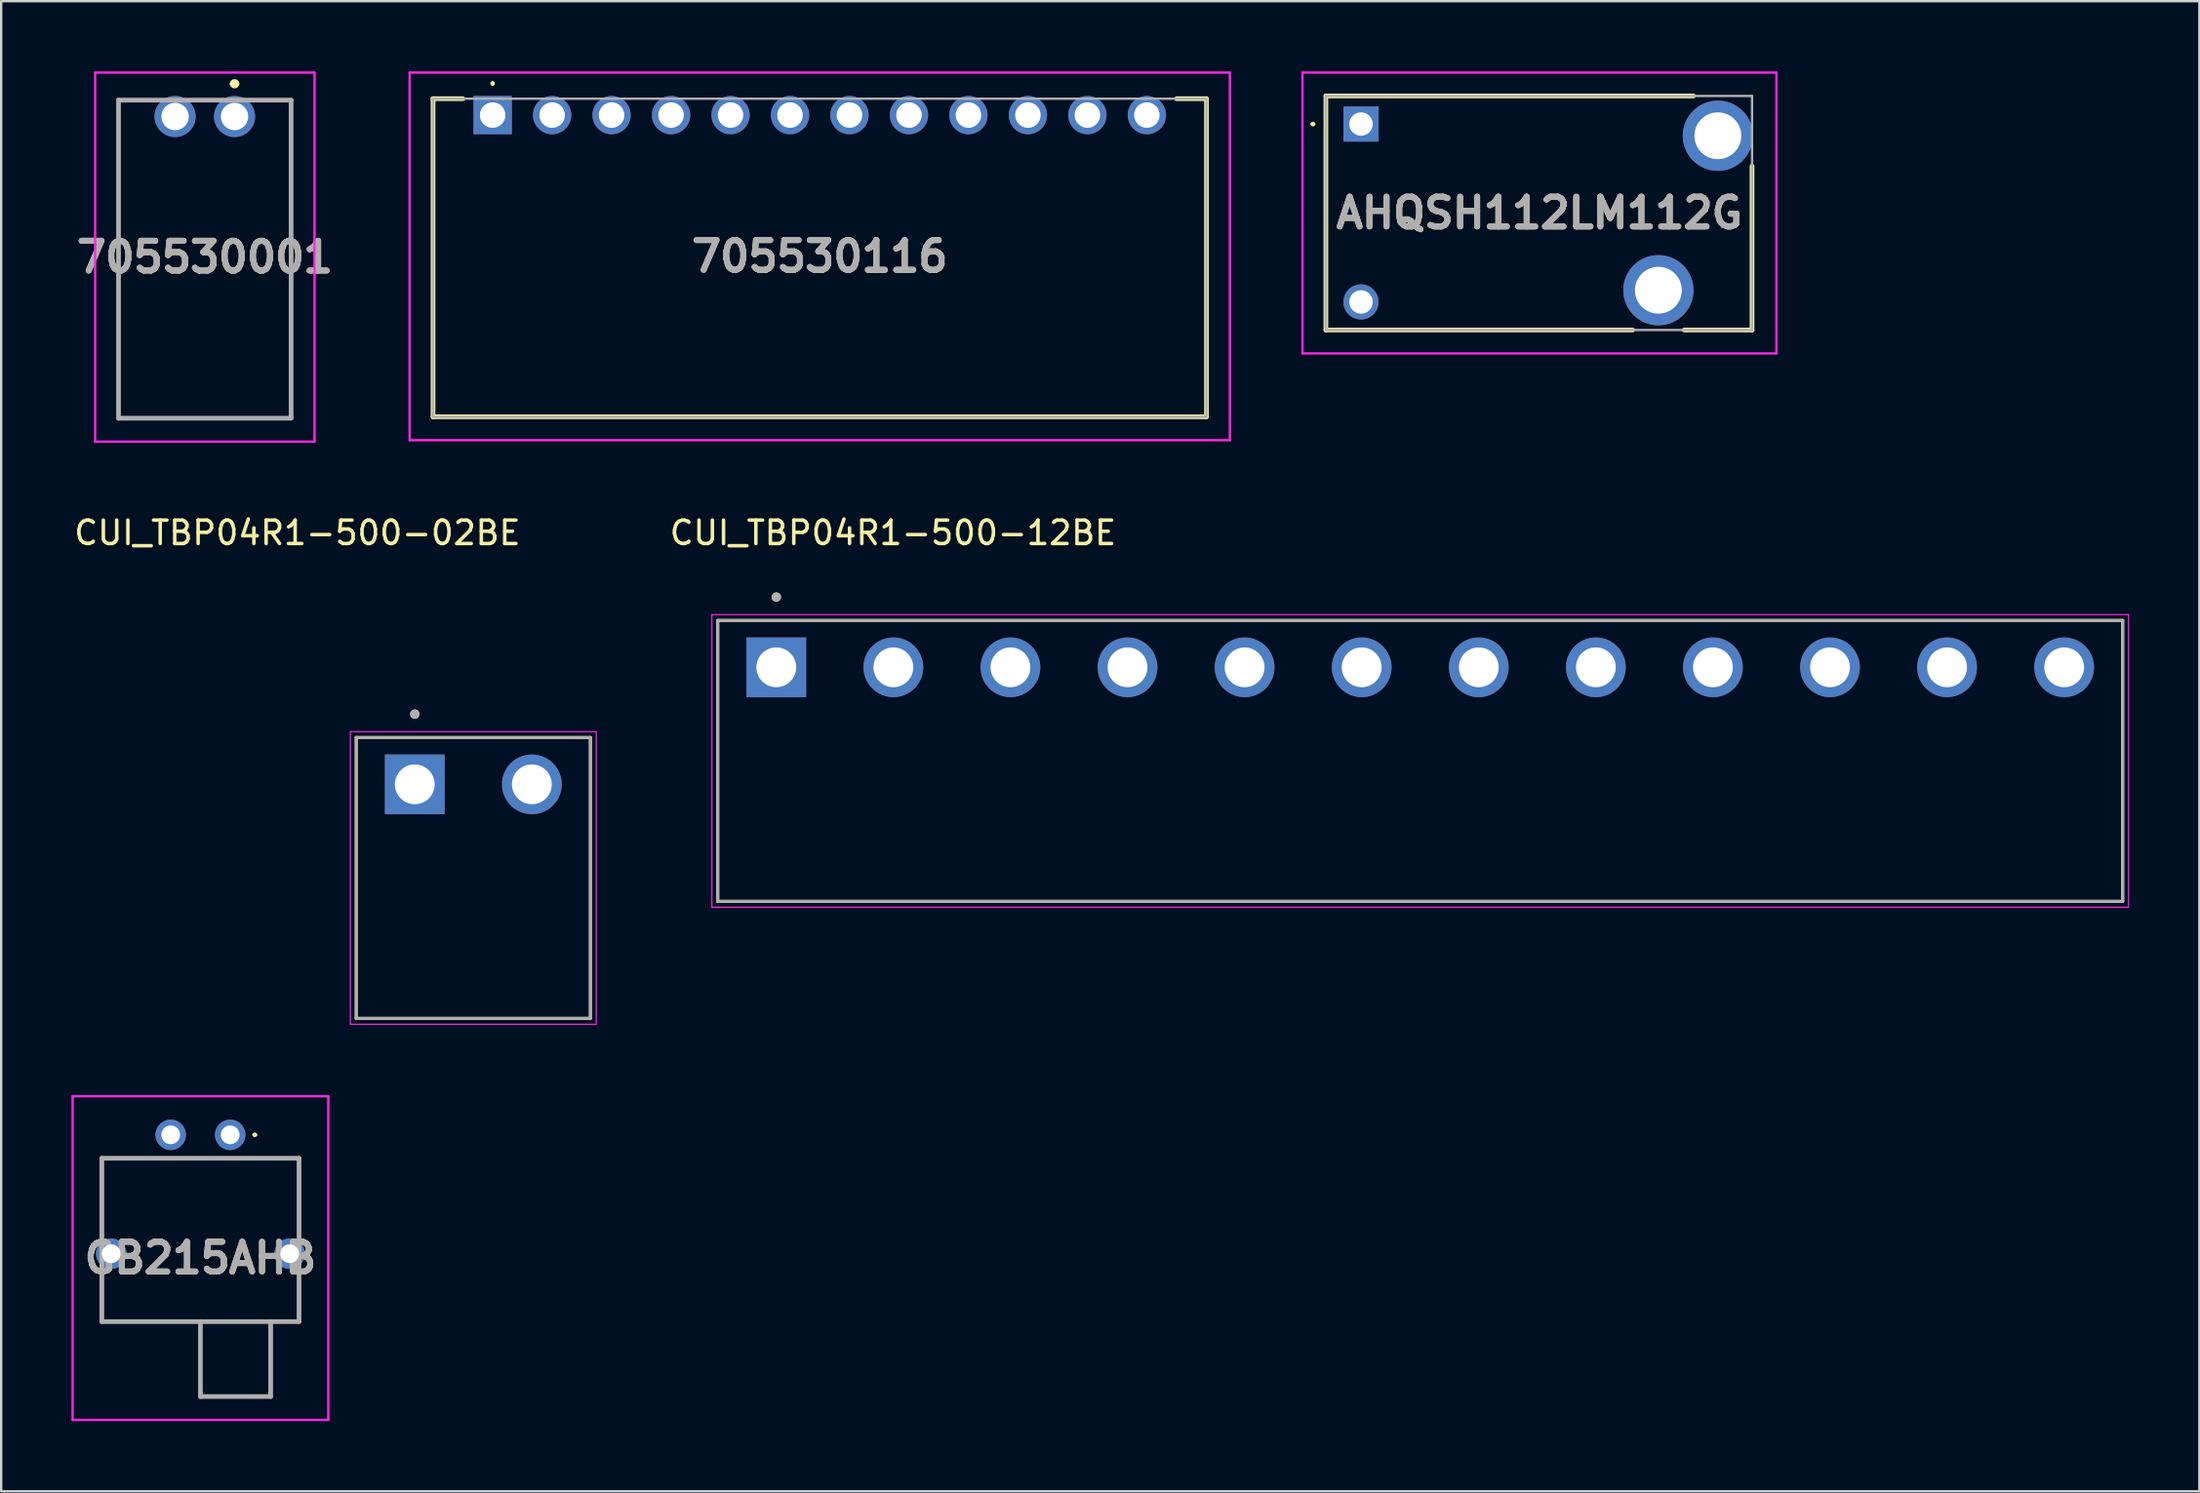
<source format=kicad_pcb>
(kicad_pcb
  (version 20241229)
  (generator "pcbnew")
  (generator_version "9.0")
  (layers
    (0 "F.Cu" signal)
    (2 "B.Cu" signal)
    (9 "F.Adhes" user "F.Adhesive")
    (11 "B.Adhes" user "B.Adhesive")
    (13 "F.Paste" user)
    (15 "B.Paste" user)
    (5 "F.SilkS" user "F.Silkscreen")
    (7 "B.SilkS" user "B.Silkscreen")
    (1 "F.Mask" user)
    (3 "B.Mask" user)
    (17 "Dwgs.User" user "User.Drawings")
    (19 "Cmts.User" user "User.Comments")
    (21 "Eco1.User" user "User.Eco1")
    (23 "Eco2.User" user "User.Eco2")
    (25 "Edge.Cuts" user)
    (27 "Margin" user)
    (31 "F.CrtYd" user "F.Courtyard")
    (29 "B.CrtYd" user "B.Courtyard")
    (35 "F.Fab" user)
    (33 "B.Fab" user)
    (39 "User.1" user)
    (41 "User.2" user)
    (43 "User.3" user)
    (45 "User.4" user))
  (footprint "GB215AHB"
    (layer "F.Cu")
    (at 6.78 45.436)
    (property "Reference" "GB215AHB" (at -1.27 5.265 0) (layer "F.SilkS") (effects (font (size 1.27 1.27) (thickness 0.254))))
    (attr through_hole)
    (fp_line (start -5.48 1) (end 2.94 1) (stroke (width 0.1) (type solid)) (layer "F.SilkS"))
    (fp_line (start -5.48 4.18) (end -5.48 1) (stroke (width 0.1) (type solid)) (layer "F.SilkS"))
    (fp_line (start -5.48 5.98) (end -5.48 7.98) (stroke (width 0.1) (type solid)) (layer "F.SilkS"))
    (fp_line (start -5.48 7.98) (end 2.94 7.98) (stroke (width 0.1) (type solid)) (layer "F.SilkS"))
    (fp_line (start 1 0) (end 1 0) (stroke (width 0.1) (type solid)) (layer "F.SilkS"))
    (fp_line (start 1.1 0) (end 1.1 0) (stroke (width 0.1) (type solid)) (layer "F.SilkS"))
    (fp_line (start 2.94 1) (end 2.94 4.18) (stroke (width 0.1) (type solid)) (layer "F.SilkS"))
    (fp_line (start 2.94 7.98) (end 2.94 5.98) (stroke (width 0.1) (type solid)) (layer "F.SilkS"))
    (fp_arc (start 1 0) (mid 1.05 -0.05) (end 1.1 0) (stroke (width 0.1) (type solid)) (layer "F.SilkS"))
    (fp_arc (start 1.1 0) (mid 1.05 0.05) (end 1 0) (stroke (width 0.1) (type solid)) (layer "F.SilkS"))
    (fp_line (start -6.73 -1.65) (end 4.19 -1.65) (stroke (width 0.1) (type solid)) (layer "F.CrtYd"))
    (fp_line (start -6.73 12.18) (end -6.73 -1.65) (stroke (width 0.1) (type solid)) (layer "F.CrtYd"))
    (fp_line (start 4.19 -1.65) (end 4.19 12.18) (stroke (width 0.1) (type solid)) (layer "F.CrtYd"))
    (fp_line (start 4.19 12.18) (end -6.73 12.18) (stroke (width 0.1) (type solid)) (layer "F.CrtYd"))
    (fp_line (start -5.48 1) (end 2.94 1) (stroke (width 0.2) (type solid)) (layer "F.Fab"))
    (fp_line (start -5.48 7.98) (end -5.48 1) (stroke (width 0.2) (type solid)) (layer "F.Fab"))
    (fp_line (start -1.27 7.98) (end -1.27 11.18) (stroke (width 0.2) (type solid)) (layer "F.Fab"))
    (fp_line (start -1.27 11.18) (end 1.73 11.18) (stroke (width 0.2) (type solid)) (layer "F.Fab"))
    (fp_line (start 1.73 11.18) (end 1.73 7.98) (stroke (width 0.2) (type solid)) (layer "F.Fab"))
    (fp_line (start 2.94 1) (end 2.94 7.98) (stroke (width 0.2) (type solid)) (layer "F.Fab"))
    (fp_line (start 2.94 7.98) (end -5.48 7.98) (stroke (width 0.2) (type solid)) (layer "F.Fab"))
    (fp_text user "${REFERENCE}" (at -1.27 5.265 0) (layer "F.Fab") (effects (font (size 1.27 1.27) (thickness 0.254))))
    (pad "1" thru_hole circle (at 0 0) (size 1.3 1.3) (drill 0.8) (layers "*.Cu" "*.Mask"))
    (pad "2" thru_hole circle (at -2.54 0) (size 1.3 1.3) (drill 0.8) (layers "*.Cu" "*.Mask"))
    (pad "MH1" thru_hole circle (at -5.08 5.08) (size 1.3 1.3) (drill 0.8) (layers "*.Cu" "*.Mask"))
    (pad "MH2" thru_hole circle (at 2.54 5.08) (size 1.3 1.3) (drill 0.8) (layers "*.Cu" "*.Mask")))
  (footprint "AHQSH112LM112G"
    (layer "F.Cu")
    (at 55.074 2.25)
    (property "Reference" "AHQSH112LM112G" (at 7.62 3.8 0) (layer "F.SilkS") (effects (font (size 1.27 1.27) (thickness 0.254))))
    (attr through_hole)
    (fp_line (start -2.1 0) (end -2.1 0) (stroke (width 0.1) (type solid)) (layer "F.SilkS"))
    (fp_line (start -2 0) (end -2 0) (stroke (width 0.1) (type solid)) (layer "F.SilkS"))
    (fp_line (start -1.5 -1.2) (end -1.5 8.8) (stroke (width 0.2) (type solid)) (layer "F.SilkS"))
    (fp_line (start -1.5 8.8) (end 11.6 8.8) (stroke (width 0.2) (type solid)) (layer "F.SilkS"))
    (fp_line (start 13.8 8.8) (end 16.7 8.8) (stroke (width 0.2) (type solid)) (layer "F.SilkS"))
    (fp_line (start 14.2 -1.2) (end -1.5 -1.2) (stroke (width 0.2) (type solid)) (layer "F.SilkS"))
    (fp_line (start 16.7 8.8) (end 16.7 1.8) (stroke (width 0.2) (type solid)) (layer "F.SilkS"))
    (fp_arc (start -2.1 0) (mid -2.05 -0.05) (end -2 0) (stroke (width 0.1) (type solid)) (layer "F.SilkS"))
    (fp_arc (start -2 0) (mid -2.05 0.05) (end -2.1 0) (stroke (width 0.1) (type solid)) (layer "F.SilkS"))
    (fp_line (start -2.5 -2.2) (end 17.74 -2.2) (stroke (width 0.1) (type solid)) (layer "F.CrtYd"))
    (fp_line (start -2.5 9.8) (end -2.5 -2.2) (stroke (width 0.1) (type solid)) (layer "F.CrtYd"))
    (fp_line (start 17.74 -2.2) (end 17.74 9.8) (stroke (width 0.1) (type solid)) (layer "F.CrtYd"))
    (fp_line (start 17.74 9.8) (end -2.5 9.8) (stroke (width 0.1) (type solid)) (layer "F.CrtYd"))
    (fp_line (start -1.5 -1.2) (end 16.7 -1.2) (stroke (width 0.1) (type solid)) (layer "F.Fab"))
    (fp_line (start -1.5 8.8) (end -1.5 -1.2) (stroke (width 0.1) (type solid)) (layer "F.Fab"))
    (fp_line (start 16.7 -1.2) (end 16.7 8.8) (stroke (width 0.1) (type solid)) (layer "F.Fab"))
    (fp_line (start 16.7 8.8) (end -1.5 8.8) (stroke (width 0.1) (type solid)) (layer "F.Fab"))
    (fp_text user "${REFERENCE}" (at 7.62 3.8 0) (layer "F.Fab") (effects (font (size 1.27 1.27) (thickness 0.254))))
    (pad "1" thru_hole rect (at 0 0) (size 1.5 1.5) (drill 1) (layers "*.Cu" "*.Mask"))
    (pad "2" thru_hole circle (at 0 7.6) (size 1.5 1.5) (drill 1) (layers "*.Cu" "*.Mask"))
    (pad "3" thru_hole circle (at 12.7 7.1) (size 3 3) (drill 2) (layers "*.Cu" "*.Mask"))
    (pad "4" thru_hole circle (at 15.24 0.5) (size 3 3) (drill 2) (layers "*.Cu" "*.Mask")))
  (footprint "705530116"
    (layer "F.Cu")
    (at 17.989 1.867)
    (property "Reference" "705530116" (at 13.97 6.036 0) (layer "F.SilkS") (effects (font (size 1.27 1.27) (thickness 0.254))))
    (attr through_hole)
    (fp_line (start -2.545 -0.7) (end -2.545 12.89) (stroke (width 0.2) (type solid)) (layer "F.SilkS"))
    (fp_line (start -2.545 12.89) (end 30.485 12.89) (stroke (width 0.2) (type solid)) (layer "F.SilkS"))
    (fp_line (start -1.27 -0.7) (end -2.545 -0.7) (stroke (width 0.2) (type solid)) (layer "F.SilkS"))
    (fp_line (start 0 -1.4) (end 0 -1.4) (stroke (width 0.1) (type solid)) (layer "F.SilkS"))
    (fp_line (start 0 -1.3) (end 0 -1.3) (stroke (width 0.1) (type solid)) (layer "F.SilkS"))
    (fp_line (start 30.485 -0.7) (end 29.21 -0.7) (stroke (width 0.2) (type solid)) (layer "F.SilkS"))
    (fp_line (start 30.485 12.89) (end 30.485 -0.7) (stroke (width 0.2) (type solid)) (layer "F.SilkS"))
    (fp_arc (start 0 -1.4) (mid 0.05 -1.35) (end 0 -1.3) (stroke (width 0.1) (type solid)) (layer "F.SilkS"))
    (fp_arc (start 0 -1.3) (mid -0.05 -1.35) (end 0 -1.4) (stroke (width 0.1) (type solid)) (layer "F.SilkS"))
    (fp_line (start -3.545 -1.817) (end 31.485 -1.817) (stroke (width 0.1) (type solid)) (layer "F.CrtYd"))
    (fp_line (start -3.545 13.89) (end -3.545 -1.817) (stroke (width 0.1) (type solid)) (layer "F.CrtYd"))
    (fp_line (start 31.485 -1.817) (end 31.485 13.89) (stroke (width 0.1) (type solid)) (layer "F.CrtYd"))
    (fp_line (start 31.485 13.89) (end -3.545 13.89) (stroke (width 0.1) (type solid)) (layer "F.CrtYd"))
    (fp_line (start -2.545 -0.7) (end 30.485 -0.7) (stroke (width 0.1) (type solid)) (layer "F.Fab"))
    (fp_line (start -2.545 12.89) (end -2.545 -0.7) (stroke (width 0.1) (type solid)) (layer "F.Fab"))
    (fp_line (start 30.485 -0.7) (end 30.485 12.89) (stroke (width 0.1) (type solid)) (layer "F.Fab"))
    (fp_line (start 30.485 12.89) (end -2.545 12.89) (stroke (width 0.1) (type solid)) (layer "F.Fab"))
    (fp_text user "${REFERENCE}" (at 13.97 6.036 0) (layer "F.Fab") (effects (font (size 1.27 1.27) (thickness 0.254))))
    (pad "1" thru_hole rect (at 0 0) (size 1.635 1.635) (drill 1.09) (layers "*.Cu" "*.Mask"))
    (pad "2" thru_hole circle (at 2.54 0) (size 1.635 1.635) (drill 1.09) (layers "*.Cu" "*.Mask"))
    (pad "3" thru_hole circle (at 5.08 0) (size 1.635 1.635) (drill 1.09) (layers "*.Cu" "*.Mask"))
    (pad "4" thru_hole circle (at 7.62 0) (size 1.635 1.635) (drill 1.09) (layers "*.Cu" "*.Mask"))
    (pad "5" thru_hole circle (at 10.16 0) (size 1.635 1.635) (drill 1.09) (layers "*.Cu" "*.Mask"))
    (pad "6" thru_hole circle (at 12.7 0) (size 1.635 1.635) (drill 1.09) (layers "*.Cu" "*.Mask"))
    (pad "7" thru_hole circle (at 15.24 0) (size 1.635 1.635) (drill 1.09) (layers "*.Cu" "*.Mask"))
    (pad "8" thru_hole circle (at 17.78 0) (size 1.635 1.635) (drill 1.09) (layers "*.Cu" "*.Mask"))
    (pad "9" thru_hole circle (at 20.32 0) (size 1.635 1.635) (drill 1.09) (layers "*.Cu" "*.Mask"))
    (pad "10" thru_hole circle (at 22.86 0) (size 1.635 1.635) (drill 1.09) (layers "*.Cu" "*.Mask"))
    (pad "11" thru_hole circle (at 25.4 0) (size 1.635 1.635) (drill 1.09) (layers "*.Cu" "*.Mask"))
    (pad "12" thru_hole circle (at 27.94 0) (size 1.635 1.635) (drill 1.09) (layers "*.Cu" "*.Mask")))
  (footprint "705530001"
    (layer "F.Cu")
    (at 6.967 1.928)
    (property "Reference" "705530001" (at -1.27 6.006 0) (layer "F.SilkS") (effects (font (size 1.27 1.27) (thickness 0.254))))
    (attr through_hole)
    (fp_line (start -4.955 12.89) (end -4.955 -0.7) (stroke (width 0.1) (type solid)) (layer "F.SilkS"))
    (fp_line (start -0.1 -1.4) (end -0.1 -1.4) (stroke (width 0.2) (type solid)) (layer "F.SilkS"))
    (fp_line (start 0.1 -1.4) (end 0.1 -1.4) (stroke (width 0.2) (type solid)) (layer "F.SilkS"))
    (fp_line (start 2.415 -0.7) (end 2.415 12.89) (stroke (width 0.1) (type solid)) (layer "F.SilkS"))
    (fp_line (start 2.415 12.89) (end -4.955 12.89) (stroke (width 0.1) (type solid)) (layer "F.SilkS"))
    (fp_arc (start -0.1 -1.4) (mid 0 -1.5) (end 0.1 -1.4) (stroke (width 0.2) (type solid)) (layer "F.SilkS"))
    (fp_arc (start 0.1 -1.4) (mid 0 -1.3) (end -0.1 -1.4) (stroke (width 0.2) (type solid)) (layer "F.SilkS"))
    (fp_line (start -5.955 -1.878) (end -5.955 13.89) (stroke (width 0.1) (type solid)) (layer "F.CrtYd"))
    (fp_line (start -5.955 13.89) (end 3.415 13.89) (stroke (width 0.1) (type solid)) (layer "F.CrtYd"))
    (fp_line (start 3.415 -1.878) (end -5.955 -1.878) (stroke (width 0.1) (type solid)) (layer "F.CrtYd"))
    (fp_line (start 3.415 13.89) (end 3.415 -1.878) (stroke (width 0.1) (type solid)) (layer "F.CrtYd"))
    (fp_line (start -4.955 -0.7) (end -4.955 12.89) (stroke (width 0.2) (type solid)) (layer "F.Fab"))
    (fp_line (start -4.955 12.89) (end 2.415 12.89) (stroke (width 0.2) (type solid)) (layer "F.Fab"))
    (fp_line (start 2.415 -0.7) (end -4.955 -0.7) (stroke (width 0.2) (type solid)) (layer "F.Fab"))
    (fp_line (start 2.415 12.89) (end 2.415 -0.7) (stroke (width 0.2) (type solid)) (layer "F.Fab"))
    (fp_text user "${REFERENCE}" (at -1.27 6.006 0) (layer "F.Fab") (effects (font (size 1.27 1.27) (thickness 0.254))))
    (pad "1" thru_hole circle (at 0 0) (size 1.755 1.755) (drill 1.17) (layers "*.Cu" "*.Mask"))
    (pad "2" thru_hole circle (at -2.54 0) (size 1.755 1.755) (drill 1.17) (layers "*.Cu" "*.Mask")))
  (footprint "CUI_TBP04R1-500-02BE"
    (layer "F.Cu")
    (at 14.664 30.461)
    (property "Reference" "CUI_TBP04R1-500-02BE" (at -5.015 -10.745 0) (layer "F.SilkS") (effects (font (size 1 1) (thickness 0.15))))
    (attr through_hole)
    (fp_line (start -2.5 -2) (end 7.5 -2) (stroke (width 0.127) (type solid)) (layer "F.SilkS"))
    (fp_line (start -2.5 10) (end -2.5 -2) (stroke (width 0.127) (type solid)) (layer "F.SilkS"))
    (fp_line (start 7.5 -2) (end 7.5 10) (stroke (width 0.127) (type solid)) (layer "F.SilkS"))
    (fp_line (start 7.5 10) (end -2.5 10) (stroke (width 0.127) (type solid)) (layer "F.SilkS"))
    (fp_circle (center 0 -3) (end 0.1 -3) (stroke (width 0.2) (type solid)) (fill no) (layer "F.SilkS"))
    (fp_line (start -2.75 -2.25) (end 7.75 -2.25) (stroke (width 0.05) (type solid)) (layer "F.CrtYd"))
    (fp_line (start -2.75 10.25) (end -2.75 -2.25) (stroke (width 0.05) (type solid)) (layer "F.CrtYd"))
    (fp_line (start 7.75 -2.25) (end 7.75 10.25) (stroke (width 0.05) (type solid)) (layer "F.CrtYd"))
    (fp_line (start 7.75 10.25) (end -2.75 10.25) (stroke (width 0.05) (type solid)) (layer "F.CrtYd"))
    (fp_line (start -2.5 -2) (end 7.5 -2) (stroke (width 0.127) (type solid)) (layer "F.Fab"))
    (fp_line (start -2.5 10) (end -2.5 -2) (stroke (width 0.127) (type solid)) (layer "F.Fab"))
    (fp_line (start 7.5 -2) (end 7.5 10) (stroke (width 0.127) (type solid)) (layer "F.Fab"))
    (fp_line (start 7.5 10) (end -2.5 10) (stroke (width 0.127) (type solid)) (layer "F.Fab"))
    (fp_circle (center 0 -3) (end 0.1 -3) (stroke (width 0.2) (type solid)) (fill no) (layer "F.Fab"))
    (pad "1" thru_hole rect (at 0 0) (size 2.55 2.55) (drill 1.7) (layers "*.Cu" "*.Mask"))
    (pad "2" thru_hole circle (at 5 0) (size 2.55 2.55) (drill 1.7) (layers "*.Cu" "*.Mask")))
  (footprint "CUI_TBP04R1-500-12BE"
    (layer "F.Cu")
    (at 30.103 25.461)
    (property "Reference" "CUI_TBP04R1-500-12BE" (at 4.985 -5.745 0) (layer "F.SilkS") (effects (font (size 1 1) (thickness 0.15))))
    (attr through_hole)
    (fp_line (start -2.5 -2) (end 57.5 -2) (stroke (width 0.127) (type solid)) (layer "F.SilkS"))
    (fp_line (start -2.5 10) (end -2.5 -2) (stroke (width 0.127) (type solid)) (layer "F.SilkS"))
    (fp_line (start 57.5 -2) (end 57.5 10) (stroke (width 0.127) (type solid)) (layer "F.SilkS"))
    (fp_line (start 57.5 10) (end -2.5 10) (stroke (width 0.127) (type solid)) (layer "F.SilkS"))
    (fp_circle (center 0 -3) (end 0.1 -3) (stroke (width 0.2) (type solid)) (fill no) (layer "F.SilkS"))
    (fp_line (start -2.75 -2.25) (end 57.75 -2.25) (stroke (width 0.05) (type solid)) (layer "F.CrtYd"))
    (fp_line (start -2.75 10.25) (end -2.75 -2.25) (stroke (width 0.05) (type solid)) (layer "F.CrtYd"))
    (fp_line (start 57.75 -2.25) (end 57.75 10.25) (stroke (width 0.05) (type solid)) (layer "F.CrtYd"))
    (fp_line (start 57.75 10.25) (end -2.75 10.25) (stroke (width 0.05) (type solid)) (layer "F.CrtYd"))
    (fp_line (start -2.5 -2) (end 57.5 -2) (stroke (width 0.127) (type solid)) (layer "F.Fab"))
    (fp_line (start -2.5 10) (end -2.5 -2) (stroke (width 0.127) (type solid)) (layer "F.Fab"))
    (fp_line (start 57.5 -2) (end 57.5 10) (stroke (width 0.127) (type solid)) (layer "F.Fab"))
    (fp_line (start 57.5 10) (end -2.5 10) (stroke (width 0.127) (type solid)) (layer "F.Fab"))
    (fp_circle (center 0 -3) (end 0.1 -3) (stroke (width 0.2) (type solid)) (fill no) (layer "F.Fab"))
    (pad "1" thru_hole rect (at 0 0) (size 2.55 2.55) (drill 1.7) (layers "*.Cu" "*.Mask"))
    (pad "2" thru_hole circle (at 5 0) (size 2.55 2.55) (drill 1.7) (layers "*.Cu" "*.Mask"))
    (pad "3" thru_hole circle (at 10 0) (size 2.55 2.55) (drill 1.7) (layers "*.Cu" "*.Mask"))
    (pad "4" thru_hole circle (at 15 0) (size 2.55 2.55) (drill 1.7) (layers "*.Cu" "*.Mask"))
    (pad "5" thru_hole circle (at 20 0) (size 2.55 2.55) (drill 1.7) (layers "*.Cu" "*.Mask"))
    (pad "6" thru_hole circle (at 25 0) (size 2.55 2.55) (drill 1.7) (layers "*.Cu" "*.Mask"))
    (pad "7" thru_hole circle (at 30 0) (size 2.55 2.55) (drill 1.7) (layers "*.Cu" "*.Mask"))
    (pad "8" thru_hole circle (at 35 0) (size 2.55 2.55) (drill 1.7) (layers "*.Cu" "*.Mask"))
    (pad "9" thru_hole circle (at 40 0) (size 2.55 2.55) (drill 1.7) (layers "*.Cu" "*.Mask"))
    (pad "10" thru_hole circle (at 45 0) (size 2.55 2.55) (drill 1.7) (layers "*.Cu" "*.Mask"))
    (pad "11" thru_hole circle (at 50 0) (size 2.55 2.55) (drill 1.7) (layers "*.Cu" "*.Mask"))
    (pad "12" thru_hole circle (at 55 0) (size 2.55 2.55) (drill 1.7) (layers "*.Cu" "*.Mask")))
  (gr_rect
    (start -3 -3)
    (end 90.878 60.666)
    (stroke (width 0.1) (type default))
    (fill no)
    (layer "Edge.Cuts")))
</source>
